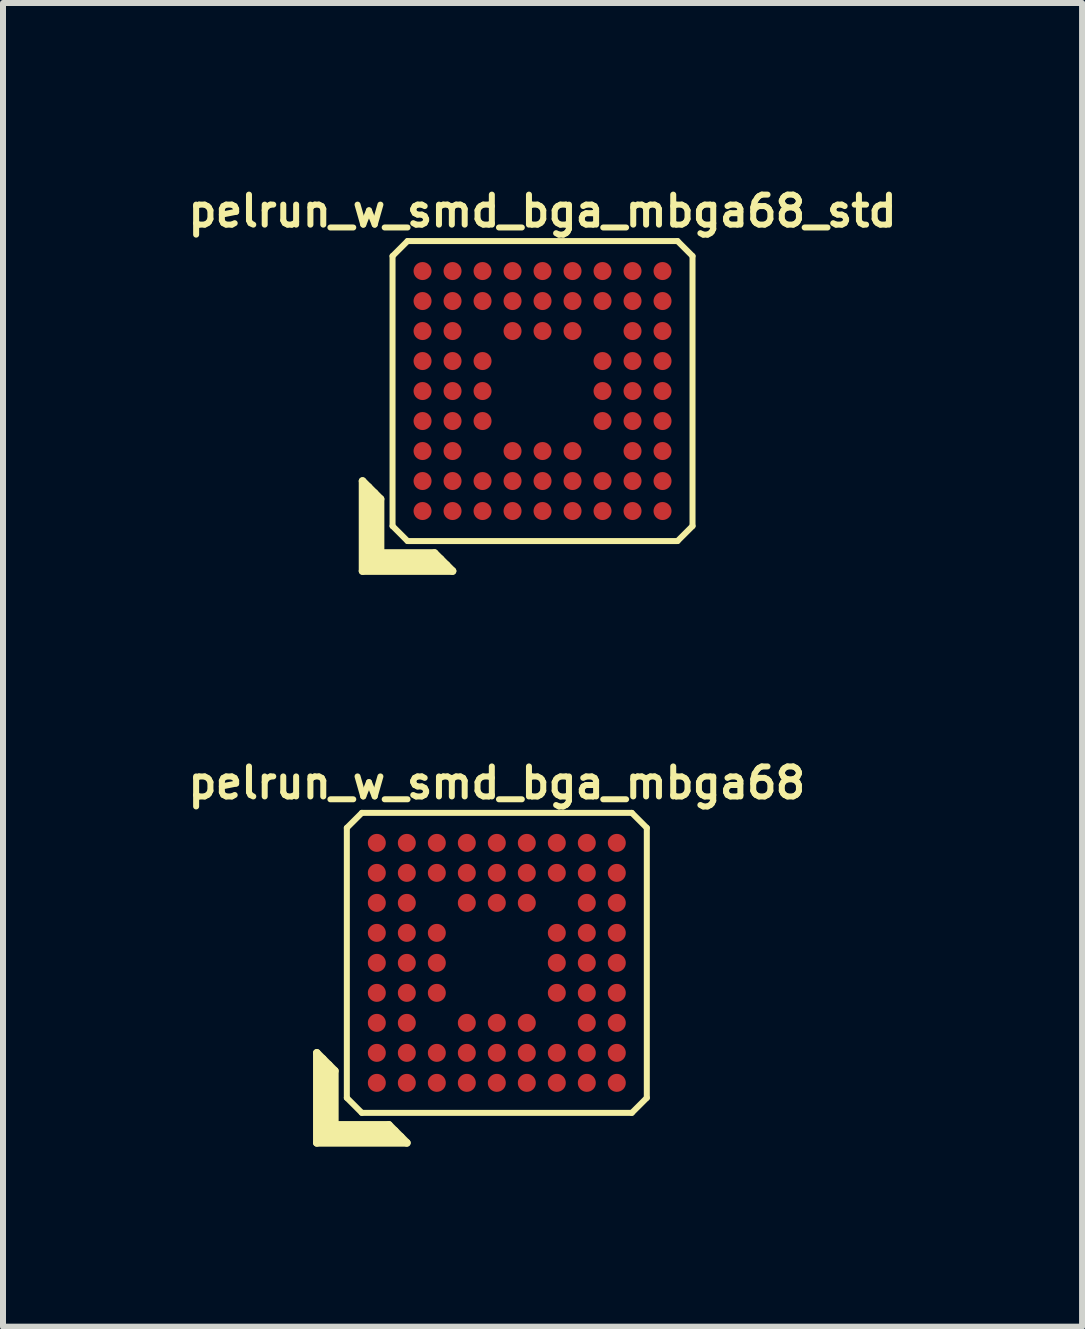
<source format=kicad_pcb>
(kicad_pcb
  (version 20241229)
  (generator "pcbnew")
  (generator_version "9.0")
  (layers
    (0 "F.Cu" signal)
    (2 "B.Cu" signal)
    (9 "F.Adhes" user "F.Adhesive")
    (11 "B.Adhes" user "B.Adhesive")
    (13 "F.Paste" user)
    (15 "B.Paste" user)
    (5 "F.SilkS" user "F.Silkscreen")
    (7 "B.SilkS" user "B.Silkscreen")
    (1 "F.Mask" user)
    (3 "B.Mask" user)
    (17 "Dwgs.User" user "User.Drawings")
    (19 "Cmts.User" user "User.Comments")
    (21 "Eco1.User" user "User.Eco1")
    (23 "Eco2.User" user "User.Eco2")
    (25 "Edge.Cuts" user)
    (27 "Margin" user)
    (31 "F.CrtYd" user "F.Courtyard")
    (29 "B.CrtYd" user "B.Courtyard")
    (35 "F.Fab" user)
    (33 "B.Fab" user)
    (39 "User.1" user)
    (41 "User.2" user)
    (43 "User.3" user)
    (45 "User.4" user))
  (footprint "pelrun_w_smd_bga_mbga68"
    (layer "F.Cu")
    (at 5.231 12.999)
    (property "Reference" "pelrun_w_smd_bga_mbga68" (at 0 -3 0) (layer "F.SilkS") (effects (font (size 0.5 0.5) (thickness 0.1))))
    (attr through_hole)
    (fp_line (start -3 1.5) (end -2.7 1.8) (stroke (width 0.127) (type solid)) (layer "F.SilkS"))
    (fp_line (start -3 3) (end -3 1.5) (stroke (width 0.127) (type solid)) (layer "F.SilkS"))
    (fp_line (start -2.9 1.6) (end -2.9 2.9) (stroke (width 0.127) (type solid)) (layer "F.SilkS"))
    (fp_line (start -2.9 2.9) (end -1.6 2.9) (stroke (width 0.127) (type solid)) (layer "F.SilkS"))
    (fp_line (start -2.8 2.8) (end -2.8 1.7) (stroke (width 0.127) (type solid)) (layer "F.SilkS"))
    (fp_line (start -2.7 1.8) (end -2.7 2.7) (stroke (width 0.127) (type solid)) (layer "F.SilkS"))
    (fp_line (start -2.7 2.7) (end -1.8 2.7) (stroke (width 0.127) (type solid)) (layer "F.SilkS"))
    (fp_line (start -2.5 -2.25) (end -2.25 -2.5) (stroke (width 0.1) (type solid)) (layer "F.SilkS"))
    (fp_line (start -2.5 2.25) (end -2.5 -2.25) (stroke (width 0.1) (type solid)) (layer "F.SilkS"))
    (fp_line (start -2.25 -2.5) (end 2.25 -2.5) (stroke (width 0.1) (type solid)) (layer "F.SilkS"))
    (fp_line (start -2.25 2.5) (end -2.5 2.25) (stroke (width 0.1) (type solid)) (layer "F.SilkS"))
    (fp_line (start -1.8 2.7) (end -1.5 3) (stroke (width 0.127) (type solid)) (layer "F.SilkS"))
    (fp_line (start -1.7 2.8) (end -2.8 2.8) (stroke (width 0.127) (type solid)) (layer "F.SilkS"))
    (fp_line (start -1.5 3) (end -3 3) (stroke (width 0.127) (type solid)) (layer "F.SilkS"))
    (fp_line (start 2.25 -2.5) (end 2.5 -2.25) (stroke (width 0.1) (type solid)) (layer "F.SilkS"))
    (fp_line (start 2.25 2.5) (end -2.25 2.5) (stroke (width 0.1) (type solid)) (layer "F.SilkS"))
    (fp_line (start 2.5 -2.25) (end 2.5 2.25) (stroke (width 0.1) (type solid)) (layer "F.SilkS"))
    (fp_line (start 2.5 2.25) (end 2.25 2.5) (stroke (width 0.1) (type solid)) (layer "F.SilkS"))
    (pad "A1" smd circle (at -2 2) (size 0.3 0.3) (layers "F.Cu" "F.Mask" "F.Paste"))
    (pad "A2" smd circle (at -1.5 2) (size 0.3 0.3) (layers "F.Cu" "F.Mask" "F.Paste"))
    (pad "A3" smd circle (at -1 2) (size 0.3 0.3) (layers "F.Cu" "F.Mask" "F.Paste"))
    (pad "A4" smd circle (at -0.5 2) (size 0.3 0.3) (layers "F.Cu" "F.Mask" "F.Paste"))
    (pad "A5" smd circle (at 0 2) (size 0.3 0.3) (layers "F.Cu" "F.Mask" "F.Paste"))
    (pad "A6" smd circle (at 0.5 2) (size 0.3 0.3) (layers "F.Cu" "F.Mask" "F.Paste"))
    (pad "A7" smd circle (at 1 2) (size 0.3 0.3) (layers "F.Cu" "F.Mask" "F.Paste"))
    (pad "A8" smd circle (at 1.5 2) (size 0.3 0.3) (layers "F.Cu" "F.Mask" "F.Paste"))
    (pad "A9" smd circle (at 2 2) (size 0.3 0.3) (layers "F.Cu" "F.Mask" "F.Paste"))
    (pad "B1" smd circle (at -2 1.5) (size 0.3 0.3) (layers "F.Cu" "F.Mask" "F.Paste"))
    (pad "B2" smd circle (at -1.5 1.5) (size 0.3 0.3) (layers "F.Cu" "F.Mask" "F.Paste"))
    (pad "B3" smd circle (at -1 1.5) (size 0.3 0.3) (layers "F.Cu" "F.Mask" "F.Paste"))
    (pad "B4" smd circle (at -0.5 1.5) (size 0.3 0.3) (layers "F.Cu" "F.Mask" "F.Paste"))
    (pad "B5" smd circle (at 0 1.5) (size 0.3 0.3) (layers "F.Cu" "F.Mask" "F.Paste"))
    (pad "B6" smd circle (at 0.5 1.5) (size 0.3 0.3) (layers "F.Cu" "F.Mask" "F.Paste"))
    (pad "B7" smd circle (at 1 1.5) (size 0.3 0.3) (layers "F.Cu" "F.Mask" "F.Paste"))
    (pad "B8" smd circle (at 1.5 1.5) (size 0.3 0.3) (layers "F.Cu" "F.Mask" "F.Paste"))
    (pad "B9" smd circle (at 2 1.5) (size 0.3 0.3) (layers "F.Cu" "F.Mask" "F.Paste"))
    (pad "C1" smd circle (at -2 1) (size 0.3 0.3) (layers "F.Cu" "F.Mask" "F.Paste"))
    (pad "C2" smd circle (at -1.5 1) (size 0.3 0.3) (layers "F.Cu" "F.Mask" "F.Paste"))
    (pad "C4" smd circle (at -0.5 1) (size 0.3 0.3) (layers "F.Cu" "F.Mask" "F.Paste"))
    (pad "C5" smd circle (at 0 1) (size 0.3 0.3) (layers "F.Cu" "F.Mask" "F.Paste"))
    (pad "C6" smd circle (at 0.5 1) (size 0.3 0.3) (layers "F.Cu" "F.Mask" "F.Paste"))
    (pad "C8" smd circle (at 1.5 1) (size 0.3 0.3) (layers "F.Cu" "F.Mask" "F.Paste"))
    (pad "C9" smd circle (at 2 1) (size 0.3 0.3) (layers "F.Cu" "F.Mask" "F.Paste"))
    (pad "D1" smd circle (at -2 0.5) (size 0.3 0.3) (layers "F.Cu" "F.Mask" "F.Paste"))
    (pad "D2" smd circle (at -1.5 0.5) (size 0.3 0.3) (layers "F.Cu" "F.Mask" "F.Paste"))
    (pad "D3" smd circle (at -1 0.5) (size 0.3 0.3) (layers "F.Cu" "F.Mask" "F.Paste"))
    (pad "D7" smd circle (at 1 0.5) (size 0.3 0.3) (layers "F.Cu" "F.Mask" "F.Paste"))
    (pad "D8" smd circle (at 1.5 0.5) (size 0.3 0.3) (layers "F.Cu" "F.Mask" "F.Paste"))
    (pad "D9" smd circle (at 2 0.5) (size 0.3 0.3) (layers "F.Cu" "F.Mask" "F.Paste"))
    (pad "E1" smd circle (at -2 0) (size 0.3 0.3) (layers "F.Cu" "F.Mask" "F.Paste"))
    (pad "E2" smd circle (at -1.5 0) (size 0.3 0.3) (layers "F.Cu" "F.Mask" "F.Paste"))
    (pad "E3" smd circle (at -1 0) (size 0.3 0.3) (layers "F.Cu" "F.Mask" "F.Paste"))
    (pad "E7" smd circle (at 1 0) (size 0.3 0.3) (layers "F.Cu" "F.Mask" "F.Paste"))
    (pad "E8" smd circle (at 1.5 0) (size 0.3 0.3) (layers "F.Cu" "F.Mask" "F.Paste"))
    (pad "E9" smd circle (at 2 0) (size 0.3 0.3) (layers "F.Cu" "F.Mask" "F.Paste"))
    (pad "F1" smd circle (at -2 -0.5) (size 0.3 0.3) (layers "F.Cu" "F.Mask" "F.Paste"))
    (pad "F2" smd circle (at -1.5 -0.5) (size 0.3 0.3) (layers "F.Cu" "F.Mask" "F.Paste"))
    (pad "F3" smd circle (at -1 -0.5) (size 0.3 0.3) (layers "F.Cu" "F.Mask" "F.Paste"))
    (pad "F7" smd circle (at 1 -0.5) (size 0.3 0.3) (layers "F.Cu" "F.Mask" "F.Paste"))
    (pad "F8" smd circle (at 1.5 -0.5) (size 0.3 0.3) (layers "F.Cu" "F.Mask" "F.Paste"))
    (pad "F9" smd circle (at 2 -0.5) (size 0.3 0.3) (layers "F.Cu" "F.Mask" "F.Paste"))
    (pad "G1" smd circle (at -2 -1) (size 0.3 0.3) (layers "F.Cu" "F.Mask" "F.Paste"))
    (pad "G2" smd circle (at -1.5 -1) (size 0.3 0.3) (layers "F.Cu" "F.Mask" "F.Paste"))
    (pad "G4" smd circle (at -0.5 -1) (size 0.3 0.3) (layers "F.Cu" "F.Mask" "F.Paste"))
    (pad "G5" smd circle (at 0 -1) (size 0.3 0.3) (layers "F.Cu" "F.Mask" "F.Paste"))
    (pad "G6" smd circle (at 0.5 -1) (size 0.3 0.3) (layers "F.Cu" "F.Mask" "F.Paste"))
    (pad "G8" smd circle (at 1.5 -1) (size 0.3 0.3) (layers "F.Cu" "F.Mask" "F.Paste"))
    (pad "G9" smd circle (at 2 -1) (size 0.3 0.3) (layers "F.Cu" "F.Mask" "F.Paste"))
    (pad "H1" smd circle (at -2 -1.5) (size 0.3 0.3) (layers "F.Cu" "F.Mask" "F.Paste"))
    (pad "H2" smd circle (at -1.5 -1.5) (size 0.3 0.3) (layers "F.Cu" "F.Mask" "F.Paste"))
    (pad "H3" smd circle (at -1 -1.5) (size 0.3 0.3) (layers "F.Cu" "F.Mask" "F.Paste"))
    (pad "H4" smd circle (at -0.5 -1.5) (size 0.3 0.3) (layers "F.Cu" "F.Mask" "F.Paste"))
    (pad "H5" smd circle (at 0 -1.5) (size 0.3 0.3) (layers "F.Cu" "F.Mask" "F.Paste"))
    (pad "H6" smd circle (at 0.5 -1.5) (size 0.3 0.3) (layers "F.Cu" "F.Mask" "F.Paste"))
    (pad "H7" smd circle (at 1 -1.5) (size 0.3 0.3) (layers "F.Cu" "F.Mask" "F.Paste"))
    (pad "H8" smd circle (at 1.5 -1.5) (size 0.3 0.3) (layers "F.Cu" "F.Mask" "F.Paste"))
    (pad "H9" smd circle (at 2 -1.5) (size 0.3 0.3) (layers "F.Cu" "F.Mask" "F.Paste"))
    (pad "J1" smd circle (at -2 -2) (size 0.3 0.3) (layers "F.Cu" "F.Mask" "F.Paste"))
    (pad "J2" smd circle (at -1.5 -2) (size 0.3 0.3) (layers "F.Cu" "F.Mask" "F.Paste"))
    (pad "J3" smd circle (at -1 -2) (size 0.3 0.3) (layers "F.Cu" "F.Mask" "F.Paste"))
    (pad "J4" smd circle (at -0.5 -2) (size 0.3 0.3) (layers "F.Cu" "F.Mask" "F.Paste"))
    (pad "J5" smd circle (at 0 -2) (size 0.3 0.3) (layers "F.Cu" "F.Mask" "F.Paste"))
    (pad "J6" smd circle (at 0.5 -2) (size 0.3 0.3) (layers "F.Cu" "F.Mask" "F.Paste"))
    (pad "J7" smd circle (at 1 -2) (size 0.3 0.3) (layers "F.Cu" "F.Mask" "F.Paste"))
    (pad "J8" smd circle (at 1.5 -2) (size 0.3 0.3) (layers "F.Cu" "F.Mask" "F.Paste"))
    (pad "J9" smd circle (at 2 -2) (size 0.3 0.3) (layers "F.Cu" "F.Mask" "F.Paste")))
  (footprint "pelrun_w_smd_bga_mbga68_std"
    (layer "F.Cu")
    (at 5.993 3.468)
    (property "Reference" "pelrun_w_smd_bga_mbga68_std" (at 0 -3 0) (layer "F.SilkS") (effects (font (size 0.5 0.5) (thickness 0.1))))
    (attr through_hole)
    (fp_line (start -3 1.5) (end -2.7 1.8) (stroke (width 0.127) (type solid)) (layer "F.SilkS"))
    (fp_line (start -3 3) (end -3 1.5) (stroke (width 0.127) (type solid)) (layer "F.SilkS"))
    (fp_line (start -2.9 1.6) (end -2.9 2.9) (stroke (width 0.127) (type solid)) (layer "F.SilkS"))
    (fp_line (start -2.9 2.9) (end -1.6 2.9) (stroke (width 0.127) (type solid)) (layer "F.SilkS"))
    (fp_line (start -2.8 2.8) (end -2.8 1.7) (stroke (width 0.127) (type solid)) (layer "F.SilkS"))
    (fp_line (start -2.7 1.8) (end -2.7 2.7) (stroke (width 0.127) (type solid)) (layer "F.SilkS"))
    (fp_line (start -2.7 2.7) (end -1.8 2.7) (stroke (width 0.127) (type solid)) (layer "F.SilkS"))
    (fp_line (start -2.5 -2.25) (end -2.25 -2.5) (stroke (width 0.1) (type solid)) (layer "F.SilkS"))
    (fp_line (start -2.5 2.25) (end -2.5 -2.25) (stroke (width 0.1) (type solid)) (layer "F.SilkS"))
    (fp_line (start -2.25 -2.5) (end 2.25 -2.5) (stroke (width 0.1) (type solid)) (layer "F.SilkS"))
    (fp_line (start -2.25 2.5) (end -2.5 2.25) (stroke (width 0.1) (type solid)) (layer "F.SilkS"))
    (fp_line (start -1.8 2.7) (end -1.5 3) (stroke (width 0.127) (type solid)) (layer "F.SilkS"))
    (fp_line (start -1.7 2.8) (end -2.8 2.8) (stroke (width 0.127) (type solid)) (layer "F.SilkS"))
    (fp_line (start -1.5 3) (end -3 3) (stroke (width 0.127) (type solid)) (layer "F.SilkS"))
    (fp_line (start 2.25 -2.5) (end 2.5 -2.25) (stroke (width 0.1) (type solid)) (layer "F.SilkS"))
    (fp_line (start 2.25 2.5) (end -2.25 2.5) (stroke (width 0.1) (type solid)) (layer "F.SilkS"))
    (fp_line (start 2.5 -2.25) (end 2.5 2.25) (stroke (width 0.1) (type solid)) (layer "F.SilkS"))
    (fp_line (start 2.5 2.25) (end 2.25 2.5) (stroke (width 0.1) (type solid)) (layer "F.SilkS"))
    (pad "A1" smd circle (at -2 2) (size 0.3 0.3) (layers "F.Cu" "F.Mask" "F.Paste"))
    (pad "A2" smd circle (at -2 1.5) (size 0.3 0.3) (layers "F.Cu" "F.Mask" "F.Paste"))
    (pad "A3" smd circle (at -2 1) (size 0.3 0.3) (layers "F.Cu" "F.Mask" "F.Paste"))
    (pad "A4" smd circle (at -2 0.5) (size 0.3 0.3) (layers "F.Cu" "F.Mask" "F.Paste"))
    (pad "A5" smd circle (at -2 0) (size 0.3 0.3) (layers "F.Cu" "F.Mask" "F.Paste"))
    (pad "A6" smd circle (at -2 -0.5) (size 0.3 0.3) (layers "F.Cu" "F.Mask" "F.Paste"))
    (pad "A7" smd circle (at -2 -1) (size 0.3 0.3) (layers "F.Cu" "F.Mask" "F.Paste"))
    (pad "A8" smd circle (at -2 -1.5) (size 0.3 0.3) (layers "F.Cu" "F.Mask" "F.Paste"))
    (pad "A9" smd circle (at -2 -2) (size 0.3 0.3) (layers "F.Cu" "F.Mask" "F.Paste"))
    (pad "B1" smd circle (at -1.5 2) (size 0.3 0.3) (layers "F.Cu" "F.Mask" "F.Paste"))
    (pad "B2" smd circle (at -1.5 1.5) (size 0.3 0.3) (layers "F.Cu" "F.Mask" "F.Paste"))
    (pad "B3" smd circle (at -1.5 1) (size 0.3 0.3) (layers "F.Cu" "F.Mask" "F.Paste"))
    (pad "B4" smd circle (at -1.5 0.5) (size 0.3 0.3) (layers "F.Cu" "F.Mask" "F.Paste"))
    (pad "B5" smd circle (at -1.5 0) (size 0.3 0.3) (layers "F.Cu" "F.Mask" "F.Paste"))
    (pad "B6" smd circle (at -1.5 -0.5) (size 0.3 0.3) (layers "F.Cu" "F.Mask" "F.Paste"))
    (pad "B7" smd circle (at -1.5 -1) (size 0.3 0.3) (layers "F.Cu" "F.Mask" "F.Paste"))
    (pad "B8" smd circle (at -1.5 -1.5) (size 0.3 0.3) (layers "F.Cu" "F.Mask" "F.Paste"))
    (pad "B9" smd circle (at -1.5 -2) (size 0.3 0.3) (layers "F.Cu" "F.Mask" "F.Paste"))
    (pad "C1" smd circle (at -1 2) (size 0.3 0.3) (layers "F.Cu" "F.Mask" "F.Paste"))
    (pad "C2" smd circle (at -1 1.5) (size 0.3 0.3) (layers "F.Cu" "F.Mask" "F.Paste"))
    (pad "C4" smd circle (at -1 0.5) (size 0.3 0.3) (layers "F.Cu" "F.Mask" "F.Paste"))
    (pad "C5" smd circle (at -1 0) (size 0.3 0.3) (layers "F.Cu" "F.Mask" "F.Paste"))
    (pad "C6" smd circle (at -1 -0.5) (size 0.3 0.3) (layers "F.Cu" "F.Mask" "F.Paste"))
    (pad "C8" smd circle (at -1 -1.5) (size 0.3 0.3) (layers "F.Cu" "F.Mask" "F.Paste"))
    (pad "C9" smd circle (at -1 -2) (size 0.3 0.3) (layers "F.Cu" "F.Mask" "F.Paste"))
    (pad "D1" smd circle (at -0.5 2) (size 0.3 0.3) (layers "F.Cu" "F.Mask" "F.Paste"))
    (pad "D2" smd circle (at -0.5 1.5) (size 0.3 0.3) (layers "F.Cu" "F.Mask" "F.Paste"))
    (pad "D3" smd circle (at -0.5 1) (size 0.3 0.3) (layers "F.Cu" "F.Mask" "F.Paste"))
    (pad "D7" smd circle (at -0.5 -1) (size 0.3 0.3) (layers "F.Cu" "F.Mask" "F.Paste"))
    (pad "D8" smd circle (at -0.5 -1.5) (size 0.3 0.3) (layers "F.Cu" "F.Mask" "F.Paste"))
    (pad "D9" smd circle (at -0.5 -2) (size 0.3 0.3) (layers "F.Cu" "F.Mask" "F.Paste"))
    (pad "E1" smd circle (at 0 2) (size 0.3 0.3) (layers "F.Cu" "F.Mask" "F.Paste"))
    (pad "E2" smd circle (at 0 1.5) (size 0.3 0.3) (layers "F.Cu" "F.Mask" "F.Paste"))
    (pad "E3" smd circle (at 0 1) (size 0.3 0.3) (layers "F.Cu" "F.Mask" "F.Paste"))
    (pad "E7" smd circle (at 0 -1) (size 0.3 0.3) (layers "F.Cu" "F.Mask" "F.Paste"))
    (pad "E8" smd circle (at 0 -1.5) (size 0.3 0.3) (layers "F.Cu" "F.Mask" "F.Paste"))
    (pad "E9" smd circle (at 0 -2) (size 0.3 0.3) (layers "F.Cu" "F.Mask" "F.Paste"))
    (pad "F1" smd circle (at 0.5 2) (size 0.3 0.3) (layers "F.Cu" "F.Mask" "F.Paste"))
    (pad "F2" smd circle (at 0.5 1.5) (size 0.3 0.3) (layers "F.Cu" "F.Mask" "F.Paste"))
    (pad "F3" smd circle (at 0.5 1) (size 0.3 0.3) (layers "F.Cu" "F.Mask" "F.Paste"))
    (pad "F7" smd circle (at 0.5 -1) (size 0.3 0.3) (layers "F.Cu" "F.Mask" "F.Paste"))
    (pad "F8" smd circle (at 0.5 -1.5) (size 0.3 0.3) (layers "F.Cu" "F.Mask" "F.Paste"))
    (pad "F9" smd circle (at 0.5 -2) (size 0.3 0.3) (layers "F.Cu" "F.Mask" "F.Paste"))
    (pad "G1" smd circle (at 1 2) (size 0.3 0.3) (layers "F.Cu" "F.Mask" "F.Paste"))
    (pad "G2" smd circle (at 1 1.5) (size 0.3 0.3) (layers "F.Cu" "F.Mask" "F.Paste"))
    (pad "G4" smd circle (at 1 0.5) (size 0.3 0.3) (layers "F.Cu" "F.Mask" "F.Paste"))
    (pad "G5" smd circle (at 1 0) (size 0.3 0.3) (layers "F.Cu" "F.Mask" "F.Paste"))
    (pad "G6" smd circle (at 1 -0.5) (size 0.3 0.3) (layers "F.Cu" "F.Mask" "F.Paste"))
    (pad "G8" smd circle (at 1 -1.5) (size 0.3 0.3) (layers "F.Cu" "F.Mask" "F.Paste"))
    (pad "G9" smd circle (at 1 -2) (size 0.3 0.3) (layers "F.Cu" "F.Mask" "F.Paste"))
    (pad "H1" smd circle (at 1.5 2) (size 0.3 0.3) (layers "F.Cu" "F.Mask" "F.Paste"))
    (pad "H2" smd circle (at 1.5 1.5) (size 0.3 0.3) (layers "F.Cu" "F.Mask" "F.Paste"))
    (pad "H3" smd circle (at 1.5 1) (size 0.3 0.3) (layers "F.Cu" "F.Mask" "F.Paste"))
    (pad "H4" smd circle (at 1.5 0.5) (size 0.3 0.3) (layers "F.Cu" "F.Mask" "F.Paste"))
    (pad "H5" smd circle (at 1.5 0) (size 0.3 0.3) (layers "F.Cu" "F.Mask" "F.Paste"))
    (pad "H6" smd circle (at 1.5 -0.5) (size 0.3 0.3) (layers "F.Cu" "F.Mask" "F.Paste"))
    (pad "H7" smd circle (at 1.5 -1) (size 0.3 0.3) (layers "F.Cu" "F.Mask" "F.Paste"))
    (pad "H8" smd circle (at 1.5 -1.5) (size 0.3 0.3) (layers "F.Cu" "F.Mask" "F.Paste"))
    (pad "H9" smd circle (at 1.5 -2) (size 0.3 0.3) (layers "F.Cu" "F.Mask" "F.Paste"))
    (pad "J1" smd circle (at 2 2) (size 0.3 0.3) (layers "F.Cu" "F.Mask" "F.Paste"))
    (pad "J2" smd circle (at 2 1.5) (size 0.3 0.3) (layers "F.Cu" "F.Mask" "F.Paste"))
    (pad "J3" smd circle (at 2 1) (size 0.3 0.3) (layers "F.Cu" "F.Mask" "F.Paste"))
    (pad "J4" smd circle (at 2 0.5) (size 0.3 0.3) (layers "F.Cu" "F.Mask" "F.Paste"))
    (pad "J5" smd circle (at 2 0) (size 0.3 0.3) (layers "F.Cu" "F.Mask" "F.Paste"))
    (pad "J6" smd circle (at 2 -0.5) (size 0.3 0.3) (layers "F.Cu" "F.Mask" "F.Paste"))
    (pad "J7" smd circle (at 2 -1) (size 0.3 0.3) (layers "F.Cu" "F.Mask" "F.Paste"))
    (pad "J8" smd circle (at 2 -1.5) (size 0.3 0.3) (layers "F.Cu" "F.Mask" "F.Paste"))
    (pad "J9" smd circle (at 2 -2) (size 0.3 0.3) (layers "F.Cu" "F.Mask" "F.Paste")))
  (gr_rect
    (start -3 -3)
    (end 14.986 19.063)
    (stroke (width 0.1) (type default))
    (fill no)
    (layer "Edge.Cuts")))
</source>
